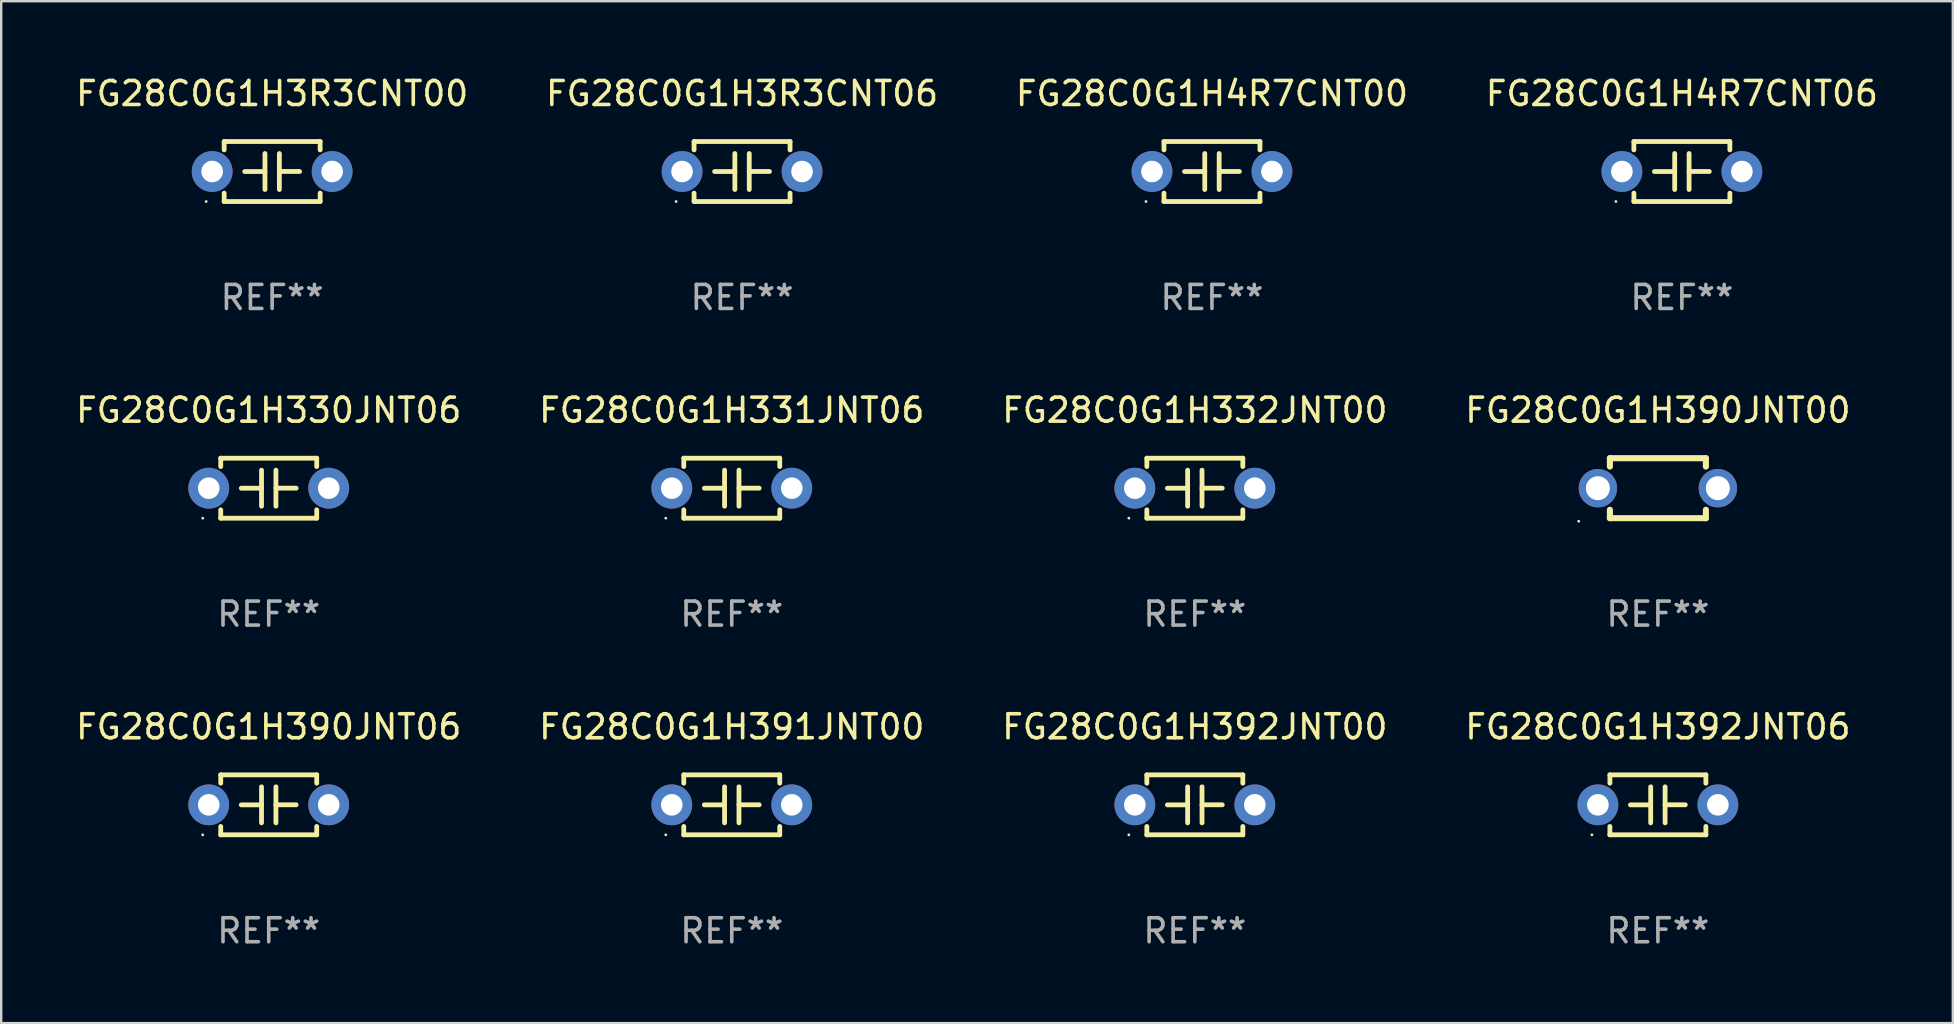
<source format=kicad_pcb>
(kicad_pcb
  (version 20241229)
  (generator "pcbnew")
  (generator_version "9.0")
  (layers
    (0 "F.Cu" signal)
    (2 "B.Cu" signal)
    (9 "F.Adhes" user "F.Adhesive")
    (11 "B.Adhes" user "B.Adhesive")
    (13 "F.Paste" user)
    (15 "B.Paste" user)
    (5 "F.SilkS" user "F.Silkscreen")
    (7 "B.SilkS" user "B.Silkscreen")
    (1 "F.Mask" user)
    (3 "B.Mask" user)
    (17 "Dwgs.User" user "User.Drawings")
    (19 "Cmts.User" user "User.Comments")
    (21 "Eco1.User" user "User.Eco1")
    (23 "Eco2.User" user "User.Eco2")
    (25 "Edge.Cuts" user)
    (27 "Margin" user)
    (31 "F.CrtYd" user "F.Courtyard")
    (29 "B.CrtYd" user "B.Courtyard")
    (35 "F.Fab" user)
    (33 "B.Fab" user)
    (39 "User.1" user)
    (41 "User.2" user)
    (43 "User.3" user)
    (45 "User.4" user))
  (footprint "FG28C0G1H4R7CNT06"
    (layer "F.Cu")
    (at 67.042 4.098)
    (property "Reference" "FG28C0G1H4R7CNT06" (at 0 -3.25 0) (layer "F.SilkS") (effects (font (size 1 1) (thickness 0.15))))
    (attr through_hole)
    (fp_line (start -2 -1.25) (end -2 -0.901) (stroke (width 0.2) (type solid)) (layer "F.SilkS"))
    (fp_line (start -2 -1.25) (end 2 -1.25) (stroke (width 0.2) (type solid)) (layer "F.SilkS"))
    (fp_line (start -2 0.901) (end -2 1.25) (stroke (width 0.2) (type solid)) (layer "F.SilkS"))
    (fp_line (start -0.3 -0.75) (end -0.3 0.75) (stroke (width 0.2) (type solid)) (layer "F.SilkS"))
    (fp_line (start -0.3 0.001) (end -1.143 0.001) (stroke (width 0.2) (type solid)) (layer "F.SilkS"))
    (fp_line (start 0.3 -0.001) (end 1.143 -0.001) (stroke (width 0.2) (type solid)) (layer "F.SilkS"))
    (fp_line (start 0.3 0.75) (end 0.3 -0.75) (stroke (width 0.2) (type solid)) (layer "F.SilkS"))
    (fp_line (start 2 -1.25) (end 2 -0.901) (stroke (width 0.2) (type solid)) (layer "F.SilkS"))
    (fp_line (start 2 0.901) (end 2 1.25) (stroke (width 0.2) (type solid)) (layer "F.SilkS"))
    (fp_line (start 2 1.25) (end -2 1.25) (stroke (width 0.2) (type solid)) (layer "F.SilkS"))
    (fp_circle (center -2.75 1.25) (end -2.72 1.25) (stroke (width 0.06) (type solid)) (fill no) (layer "F.SilkS"))
    (fp_text user "REF**" (at 0 5.25 0) (layer "F.Fab") (effects (font (size 1 1) (thickness 0.15))))
    (pad "1" thru_hole circle (at -2.5 0) (size 1.7 1.7) (drill 0.9) (layers "*.Cu" "*.Mask"))
    (pad "2" thru_hole circle (at 2.5 0) (size 1.7 1.7) (drill 0.9) (layers "*.Cu" "*.Mask")))
  (footprint "FG28C0G1H331JNT06"
    (layer "F.Cu")
    (at 27.446 17.295)
    (property "Reference" "FG28C0G1H331JNT06" (at 0 -3.25 0) (layer "F.SilkS") (effects (font (size 1 1) (thickness 0.15))))
    (attr through_hole)
    (fp_line (start -2 -1.25) (end -2 -0.901) (stroke (width 0.2) (type solid)) (layer "F.SilkS"))
    (fp_line (start -2 -1.25) (end 2 -1.25) (stroke (width 0.2) (type solid)) (layer "F.SilkS"))
    (fp_line (start -2 0.901) (end -2 1.25) (stroke (width 0.2) (type solid)) (layer "F.SilkS"))
    (fp_line (start -0.3 -0.75) (end -0.3 0.75) (stroke (width 0.2) (type solid)) (layer "F.SilkS"))
    (fp_line (start -0.3 0.001) (end -1.143 0.001) (stroke (width 0.2) (type solid)) (layer "F.SilkS"))
    (fp_line (start 0.3 -0.001) (end 1.143 -0.001) (stroke (width 0.2) (type solid)) (layer "F.SilkS"))
    (fp_line (start 0.3 0.75) (end 0.3 -0.75) (stroke (width 0.2) (type solid)) (layer "F.SilkS"))
    (fp_line (start 2 -1.25) (end 2 -0.901) (stroke (width 0.2) (type solid)) (layer "F.SilkS"))
    (fp_line (start 2 0.901) (end 2 1.25) (stroke (width 0.2) (type solid)) (layer "F.SilkS"))
    (fp_line (start 2 1.25) (end -2 1.25) (stroke (width 0.2) (type solid)) (layer "F.SilkS"))
    (fp_circle (center -2.75 1.25) (end -2.72 1.25) (stroke (width 0.06) (type solid)) (fill no) (layer "F.SilkS"))
    (fp_text user "REF**" (at 0 5.25 0) (layer "F.Fab") (effects (font (size 1 1) (thickness 0.15))))
    (pad "1" thru_hole circle (at -2.5 0) (size 1.7 1.7) (drill 0.9) (layers "*.Cu" "*.Mask"))
    (pad "2" thru_hole circle (at 2.5 0) (size 1.7 1.7) (drill 0.9) (layers "*.Cu" "*.Mask")))
  (footprint "FG28C0G1H332JNT00"
    (layer "F.Cu")
    (at 46.744 17.295)
    (property "Reference" "FG28C0G1H332JNT00" (at 0 -3.25 0) (layer "F.SilkS") (effects (font (size 1 1) (thickness 0.15))))
    (attr through_hole)
    (fp_line (start -2 -1.25) (end -2 -0.901) (stroke (width 0.2) (type solid)) (layer "F.SilkS"))
    (fp_line (start -2 -1.25) (end 2 -1.25) (stroke (width 0.2) (type solid)) (layer "F.SilkS"))
    (fp_line (start -2 0.901) (end -2 1.25) (stroke (width 0.2) (type solid)) (layer "F.SilkS"))
    (fp_line (start -0.3 -0.75) (end -0.3 0.75) (stroke (width 0.2) (type solid)) (layer "F.SilkS"))
    (fp_line (start -0.3 0.001) (end -1.143 0.001) (stroke (width 0.2) (type solid)) (layer "F.SilkS"))
    (fp_line (start 0.3 -0.001) (end 1.143 -0.001) (stroke (width 0.2) (type solid)) (layer "F.SilkS"))
    (fp_line (start 0.3 0.75) (end 0.3 -0.75) (stroke (width 0.2) (type solid)) (layer "F.SilkS"))
    (fp_line (start 2 -1.25) (end 2 -0.901) (stroke (width 0.2) (type solid)) (layer "F.SilkS"))
    (fp_line (start 2 0.901) (end 2 1.25) (stroke (width 0.2) (type solid)) (layer "F.SilkS"))
    (fp_line (start 2 1.25) (end -2 1.25) (stroke (width 0.2) (type solid)) (layer "F.SilkS"))
    (fp_circle (center -2.75 1.25) (end -2.72 1.25) (stroke (width 0.06) (type solid)) (fill no) (layer "F.SilkS"))
    (fp_text user "REF**" (at 0 5.25 0) (layer "F.Fab") (effects (font (size 1 1) (thickness 0.15))))
    (pad "1" thru_hole circle (at -2.5 0) (size 1.7 1.7) (drill 0.9) (layers "*.Cu" "*.Mask"))
    (pad "2" thru_hole circle (at 2.5 0) (size 1.7 1.7) (drill 0.9) (layers "*.Cu" "*.Mask")))
  (footprint "FG28C0G1H3R3CNT00"
    (layer "F.Cu")
    (at 8.292 4.098)
    (property "Reference" "FG28C0G1H3R3CNT00" (at 0 -3.25 0) (layer "F.SilkS") (effects (font (size 1 1) (thickness 0.15))))
    (attr through_hole)
    (fp_line (start -2 -1.25) (end -2 -0.901) (stroke (width 0.2) (type solid)) (layer "F.SilkS"))
    (fp_line (start -2 -1.25) (end 2 -1.25) (stroke (width 0.2) (type solid)) (layer "F.SilkS"))
    (fp_line (start -2 0.901) (end -2 1.25) (stroke (width 0.2) (type solid)) (layer "F.SilkS"))
    (fp_line (start -0.3 -0.75) (end -0.3 0.75) (stroke (width 0.2) (type solid)) (layer "F.SilkS"))
    (fp_line (start -0.3 0.001) (end -1.143 0.001) (stroke (width 0.2) (type solid)) (layer "F.SilkS"))
    (fp_line (start 0.3 -0.001) (end 1.143 -0.001) (stroke (width 0.2) (type solid)) (layer "F.SilkS"))
    (fp_line (start 0.3 0.75) (end 0.3 -0.75) (stroke (width 0.2) (type solid)) (layer "F.SilkS"))
    (fp_line (start 2 -1.25) (end 2 -0.901) (stroke (width 0.2) (type solid)) (layer "F.SilkS"))
    (fp_line (start 2 0.901) (end 2 1.25) (stroke (width 0.2) (type solid)) (layer "F.SilkS"))
    (fp_line (start 2 1.25) (end -2 1.25) (stroke (width 0.2) (type solid)) (layer "F.SilkS"))
    (fp_circle (center -2.75 1.25) (end -2.72 1.25) (stroke (width 0.06) (type solid)) (fill no) (layer "F.SilkS"))
    (fp_text user "REF**" (at 0 5.25 0) (layer "F.Fab") (effects (font (size 1 1) (thickness 0.15))))
    (pad "1" thru_hole circle (at -2.5 0) (size 1.7 1.7) (drill 0.9) (layers "*.Cu" "*.Mask"))
    (pad "2" thru_hole circle (at 2.5 0) (size 1.7 1.7) (drill 0.9) (layers "*.Cu" "*.Mask")))
  (footprint "FG28C0G1H390JNT06"
    (layer "F.Cu")
    (at 8.149 30.491)
    (property "Reference" "FG28C0G1H390JNT06" (at 0 -3.25 0) (layer "F.SilkS") (effects (font (size 1 1) (thickness 0.15))))
    (attr through_hole)
    (fp_line (start -2 -1.25) (end -2 -0.901) (stroke (width 0.2) (type solid)) (layer "F.SilkS"))
    (fp_line (start -2 -1.25) (end 2 -1.25) (stroke (width 0.2) (type solid)) (layer "F.SilkS"))
    (fp_line (start -2 0.901) (end -2 1.25) (stroke (width 0.2) (type solid)) (layer "F.SilkS"))
    (fp_line (start -0.3 -0.75) (end -0.3 0.75) (stroke (width 0.2) (type solid)) (layer "F.SilkS"))
    (fp_line (start -0.3 0.001) (end -1.143 0.001) (stroke (width 0.2) (type solid)) (layer "F.SilkS"))
    (fp_line (start 0.3 -0.001) (end 1.143 -0.001) (stroke (width 0.2) (type solid)) (layer "F.SilkS"))
    (fp_line (start 0.3 0.75) (end 0.3 -0.75) (stroke (width 0.2) (type solid)) (layer "F.SilkS"))
    (fp_line (start 2 -1.25) (end 2 -0.901) (stroke (width 0.2) (type solid)) (layer "F.SilkS"))
    (fp_line (start 2 0.901) (end 2 1.25) (stroke (width 0.2) (type solid)) (layer "F.SilkS"))
    (fp_line (start 2 1.25) (end -2 1.25) (stroke (width 0.2) (type solid)) (layer "F.SilkS"))
    (fp_circle (center -2.75 1.25) (end -2.72 1.25) (stroke (width 0.06) (type solid)) (fill no) (layer "F.SilkS"))
    (fp_text user "REF**" (at 0 5.25 0) (layer "F.Fab") (effects (font (size 1 1) (thickness 0.15))))
    (pad "1" thru_hole circle (at -2.5 0) (size 1.7 1.7) (drill 0.9) (layers "*.Cu" "*.Mask"))
    (pad "2" thru_hole circle (at 2.5 0) (size 1.7 1.7) (drill 0.9) (layers "*.Cu" "*.Mask")))
  (footprint "FG28C0G1H3R3CNT06"
    (layer "F.Cu")
    (at 27.875 4.098)
    (property "Reference" "FG28C0G1H3R3CNT06" (at 0 -3.25 0) (layer "F.SilkS") (effects (font (size 1 1) (thickness 0.15))))
    (attr through_hole)
    (fp_line (start -2 -1.25) (end -2 -0.901) (stroke (width 0.2) (type solid)) (layer "F.SilkS"))
    (fp_line (start -2 -1.25) (end 2 -1.25) (stroke (width 0.2) (type solid)) (layer "F.SilkS"))
    (fp_line (start -2 0.901) (end -2 1.25) (stroke (width 0.2) (type solid)) (layer "F.SilkS"))
    (fp_line (start -0.3 -0.75) (end -0.3 0.75) (stroke (width 0.2) (type solid)) (layer "F.SilkS"))
    (fp_line (start -0.3 0.001) (end -1.143 0.001) (stroke (width 0.2) (type solid)) (layer "F.SilkS"))
    (fp_line (start 0.3 -0.001) (end 1.143 -0.001) (stroke (width 0.2) (type solid)) (layer "F.SilkS"))
    (fp_line (start 0.3 0.75) (end 0.3 -0.75) (stroke (width 0.2) (type solid)) (layer "F.SilkS"))
    (fp_line (start 2 -1.25) (end 2 -0.901) (stroke (width 0.2) (type solid)) (layer "F.SilkS"))
    (fp_line (start 2 0.901) (end 2 1.25) (stroke (width 0.2) (type solid)) (layer "F.SilkS"))
    (fp_line (start 2 1.25) (end -2 1.25) (stroke (width 0.2) (type solid)) (layer "F.SilkS"))
    (fp_circle (center -2.75 1.25) (end -2.72 1.25) (stroke (width 0.06) (type solid)) (fill no) (layer "F.SilkS"))
    (fp_text user "REF**" (at 0 5.25 0) (layer "F.Fab") (effects (font (size 1 1) (thickness 0.15))))
    (pad "1" thru_hole circle (at -2.5 0) (size 1.7 1.7) (drill 0.9) (layers "*.Cu" "*.Mask"))
    (pad "2" thru_hole circle (at 2.5 0) (size 1.7 1.7) (drill 0.9) (layers "*.Cu" "*.Mask")))
  (footprint "FG28C0G1H391JNT00"
    (layer "F.Cu")
    (at 27.446 30.491)
    (property "Reference" "FG28C0G1H391JNT00" (at 0 -3.25 0) (layer "F.SilkS") (effects (font (size 1 1) (thickness 0.15))))
    (attr through_hole)
    (fp_line (start -2 -1.25) (end -2 -0.901) (stroke (width 0.2) (type solid)) (layer "F.SilkS"))
    (fp_line (start -2 -1.25) (end 2 -1.25) (stroke (width 0.2) (type solid)) (layer "F.SilkS"))
    (fp_line (start -2 0.901) (end -2 1.25) (stroke (width 0.2) (type solid)) (layer "F.SilkS"))
    (fp_line (start -0.3 -0.75) (end -0.3 0.75) (stroke (width 0.2) (type solid)) (layer "F.SilkS"))
    (fp_line (start -0.3 0.001) (end -1.143 0.001) (stroke (width 0.2) (type solid)) (layer "F.SilkS"))
    (fp_line (start 0.3 -0.001) (end 1.143 -0.001) (stroke (width 0.2) (type solid)) (layer "F.SilkS"))
    (fp_line (start 0.3 0.75) (end 0.3 -0.75) (stroke (width 0.2) (type solid)) (layer "F.SilkS"))
    (fp_line (start 2 -1.25) (end 2 -0.901) (stroke (width 0.2) (type solid)) (layer "F.SilkS"))
    (fp_line (start 2 0.901) (end 2 1.25) (stroke (width 0.2) (type solid)) (layer "F.SilkS"))
    (fp_line (start 2 1.25) (end -2 1.25) (stroke (width 0.2) (type solid)) (layer "F.SilkS"))
    (fp_circle (center -2.75 1.25) (end -2.72 1.25) (stroke (width 0.06) (type solid)) (fill no) (layer "F.SilkS"))
    (fp_text user "REF**" (at 0 5.25 0) (layer "F.Fab") (effects (font (size 1 1) (thickness 0.15))))
    (pad "1" thru_hole circle (at -2.5 0) (size 1.7 1.7) (drill 0.9) (layers "*.Cu" "*.Mask"))
    (pad "2" thru_hole circle (at 2.5 0) (size 1.7 1.7) (drill 0.9) (layers "*.Cu" "*.Mask")))
  (footprint "FG28C0G1H330JNT06"
    (layer "F.Cu")
    (at 8.149 17.295)
    (property "Reference" "FG28C0G1H330JNT06" (at 0 -3.25 0) (layer "F.SilkS") (effects (font (size 1 1) (thickness 0.15))))
    (attr through_hole)
    (fp_line (start -2 -1.25) (end -2 -0.901) (stroke (width 0.2) (type solid)) (layer "F.SilkS"))
    (fp_line (start -2 -1.25) (end 2 -1.25) (stroke (width 0.2) (type solid)) (layer "F.SilkS"))
    (fp_line (start -2 0.901) (end -2 1.25) (stroke (width 0.2) (type solid)) (layer "F.SilkS"))
    (fp_line (start -0.3 -0.75) (end -0.3 0.75) (stroke (width 0.2) (type solid)) (layer "F.SilkS"))
    (fp_line (start -0.3 0.001) (end -1.143 0.001) (stroke (width 0.2) (type solid)) (layer "F.SilkS"))
    (fp_line (start 0.3 -0.001) (end 1.143 -0.001) (stroke (width 0.2) (type solid)) (layer "F.SilkS"))
    (fp_line (start 0.3 0.75) (end 0.3 -0.75) (stroke (width 0.2) (type solid)) (layer "F.SilkS"))
    (fp_line (start 2 -1.25) (end 2 -0.901) (stroke (width 0.2) (type solid)) (layer "F.SilkS"))
    (fp_line (start 2 0.901) (end 2 1.25) (stroke (width 0.2) (type solid)) (layer "F.SilkS"))
    (fp_line (start 2 1.25) (end -2 1.25) (stroke (width 0.2) (type solid)) (layer "F.SilkS"))
    (fp_circle (center -2.75 1.25) (end -2.72 1.25) (stroke (width 0.06) (type solid)) (fill no) (layer "F.SilkS"))
    (fp_text user "REF**" (at 0 5.25 0) (layer "F.Fab") (effects (font (size 1 1) (thickness 0.15))))
    (pad "1" thru_hole circle (at -2.5 0) (size 1.7 1.7) (drill 0.9) (layers "*.Cu" "*.Mask"))
    (pad "2" thru_hole circle (at 2.5 0) (size 1.7 1.7) (drill 0.9) (layers "*.Cu" "*.Mask")))
  (footprint "FG28C0G1H392JNT00"
    (layer "F.Cu")
    (at 46.744 30.491)
    (property "Reference" "FG28C0G1H392JNT00" (at 0 -3.25 0) (layer "F.SilkS") (effects (font (size 1 1) (thickness 0.15))))
    (attr through_hole)
    (fp_line (start -2 -1.25) (end -2 -0.901) (stroke (width 0.2) (type solid)) (layer "F.SilkS"))
    (fp_line (start -2 -1.25) (end 2 -1.25) (stroke (width 0.2) (type solid)) (layer "F.SilkS"))
    (fp_line (start -2 0.901) (end -2 1.25) (stroke (width 0.2) (type solid)) (layer "F.SilkS"))
    (fp_line (start -0.3 -0.75) (end -0.3 0.75) (stroke (width 0.2) (type solid)) (layer "F.SilkS"))
    (fp_line (start -0.3 0.001) (end -1.143 0.001) (stroke (width 0.2) (type solid)) (layer "F.SilkS"))
    (fp_line (start 0.3 -0.001) (end 1.143 -0.001) (stroke (width 0.2) (type solid)) (layer "F.SilkS"))
    (fp_line (start 0.3 0.75) (end 0.3 -0.75) (stroke (width 0.2) (type solid)) (layer "F.SilkS"))
    (fp_line (start 2 -1.25) (end 2 -0.901) (stroke (width 0.2) (type solid)) (layer "F.SilkS"))
    (fp_line (start 2 0.901) (end 2 1.25) (stroke (width 0.2) (type solid)) (layer "F.SilkS"))
    (fp_line (start 2 1.25) (end -2 1.25) (stroke (width 0.2) (type solid)) (layer "F.SilkS"))
    (fp_circle (center -2.75 1.25) (end -2.72 1.25) (stroke (width 0.06) (type solid)) (fill no) (layer "F.SilkS"))
    (fp_text user "REF**" (at 0 5.25 0) (layer "F.Fab") (effects (font (size 1 1) (thickness 0.15))))
    (pad "1" thru_hole circle (at -2.5 0) (size 1.7 1.7) (drill 0.9) (layers "*.Cu" "*.Mask"))
    (pad "2" thru_hole circle (at 2.5 0) (size 1.7 1.7) (drill 0.9) (layers "*.Cu" "*.Mask")))
  (footprint "FG28C0G1H392JNT06"
    (layer "F.Cu")
    (at 66.042 30.491)
    (property "Reference" "FG28C0G1H392JNT06" (at 0 -3.25 0) (layer "F.SilkS") (effects (font (size 1 1) (thickness 0.15))))
    (attr through_hole)
    (fp_line (start -2 -1.25) (end -2 -0.901) (stroke (width 0.2) (type solid)) (layer "F.SilkS"))
    (fp_line (start -2 -1.25) (end 2 -1.25) (stroke (width 0.2) (type solid)) (layer "F.SilkS"))
    (fp_line (start -2 0.901) (end -2 1.25) (stroke (width 0.2) (type solid)) (layer "F.SilkS"))
    (fp_line (start -0.3 -0.75) (end -0.3 0.75) (stroke (width 0.2) (type solid)) (layer "F.SilkS"))
    (fp_line (start -0.3 0.001) (end -1.143 0.001) (stroke (width 0.2) (type solid)) (layer "F.SilkS"))
    (fp_line (start 0.3 -0.001) (end 1.143 -0.001) (stroke (width 0.2) (type solid)) (layer "F.SilkS"))
    (fp_line (start 0.3 0.75) (end 0.3 -0.75) (stroke (width 0.2) (type solid)) (layer "F.SilkS"))
    (fp_line (start 2 -1.25) (end 2 -0.901) (stroke (width 0.2) (type solid)) (layer "F.SilkS"))
    (fp_line (start 2 0.901) (end 2 1.25) (stroke (width 0.2) (type solid)) (layer "F.SilkS"))
    (fp_line (start 2 1.25) (end -2 1.25) (stroke (width 0.2) (type solid)) (layer "F.SilkS"))
    (fp_circle (center -2.75 1.25) (end -2.72 1.25) (stroke (width 0.06) (type solid)) (fill no) (layer "F.SilkS"))
    (fp_text user "REF**" (at 0 5.25 0) (layer "F.Fab") (effects (font (size 1 1) (thickness 0.15))))
    (pad "1" thru_hole circle (at -2.5 0) (size 1.7 1.7) (drill 0.9) (layers "*.Cu" "*.Mask"))
    (pad "2" thru_hole circle (at 2.5 0) (size 1.7 1.7) (drill 0.9) (layers "*.Cu" "*.Mask")))
  (footprint "FG28C0G1H4R7CNT00"
    (layer "F.Cu")
    (at 47.458 4.098)
    (property "Reference" "FG28C0G1H4R7CNT00" (at 0 -3.25 0) (layer "F.SilkS") (effects (font (size 1 1) (thickness 0.15))))
    (attr through_hole)
    (fp_line (start -2 -1.25) (end -2 -0.901) (stroke (width 0.2) (type solid)) (layer "F.SilkS"))
    (fp_line (start -2 -1.25) (end 2 -1.25) (stroke (width 0.2) (type solid)) (layer "F.SilkS"))
    (fp_line (start -2 0.901) (end -2 1.25) (stroke (width 0.2) (type solid)) (layer "F.SilkS"))
    (fp_line (start -0.3 -0.75) (end -0.3 0.75) (stroke (width 0.2) (type solid)) (layer "F.SilkS"))
    (fp_line (start -0.3 0.001) (end -1.143 0.001) (stroke (width 0.2) (type solid)) (layer "F.SilkS"))
    (fp_line (start 0.3 -0.001) (end 1.143 -0.001) (stroke (width 0.2) (type solid)) (layer "F.SilkS"))
    (fp_line (start 0.3 0.75) (end 0.3 -0.75) (stroke (width 0.2) (type solid)) (layer "F.SilkS"))
    (fp_line (start 2 -1.25) (end 2 -0.901) (stroke (width 0.2) (type solid)) (layer "F.SilkS"))
    (fp_line (start 2 0.901) (end 2 1.25) (stroke (width 0.2) (type solid)) (layer "F.SilkS"))
    (fp_line (start 2 1.25) (end -2 1.25) (stroke (width 0.2) (type solid)) (layer "F.SilkS"))
    (fp_circle (center -2.75 1.25) (end -2.72 1.25) (stroke (width 0.06) (type solid)) (fill no) (layer "F.SilkS"))
    (fp_text user "REF**" (at 0 5.25 0) (layer "F.Fab") (effects (font (size 1 1) (thickness 0.15))))
    (pad "1" thru_hole circle (at -2.5 0) (size 1.7 1.7) (drill 0.9) (layers "*.Cu" "*.Mask"))
    (pad "2" thru_hole circle (at 2.5 0) (size 1.7 1.7) (drill 0.9) (layers "*.Cu" "*.Mask")))
  (footprint "FG28C0G1H390JNT00"
    (layer "F.Cu")
    (at 66.042 17.295)
    (property "Reference" "FG28C0G1H390JNT00" (at 0 -3.25 0) (layer "F.SilkS") (effects (font (size 1 1) (thickness 0.15))))
    (attr through_hole)
    (fp_line (start -2 -1.25) (end -2 -0.901) (stroke (width 0.254) (type solid)) (layer "F.SilkS"))
    (fp_line (start -2 -1.25) (end 2 -1.25) (stroke (width 0.254) (type solid)) (layer "F.SilkS"))
    (fp_line (start -2 0.901) (end -2 1.25) (stroke (width 0.254) (type solid)) (layer "F.SilkS"))
    (fp_line (start 2 -1.25) (end 2 -0.901) (stroke (width 0.254) (type solid)) (layer "F.SilkS"))
    (fp_line (start 2 0.901) (end 2 1.25) (stroke (width 0.254) (type solid)) (layer "F.SilkS"))
    (fp_line (start 2 1.25) (end -2 1.25) (stroke (width 0.254) (type solid)) (layer "F.SilkS"))
    (fp_circle (center -3.3 1.377) (end -3.27 1.377) (stroke (width 0.06) (type solid)) (fill no) (layer "F.SilkS"))
    (fp_text user "REF**" (at 0 5.25 0) (layer "F.Fab") (effects (font (size 1 1) (thickness 0.15))))
    (pad "1" thru_hole circle (at -2.5 0) (size 1.6 1.6) (drill 1) (layers "*.Cu" "*.Mask"))
    (pad "2" thru_hole circle (at 2.5 0) (size 1.6 1.6) (drill 1) (layers "*.Cu" "*.Mask")))
  (gr_rect
    (start -3 -3)
    (end 78.333 39.59)
    (stroke (width 0.1) (type default))
    (fill no)
    (layer "Edge.Cuts")))
</source>
